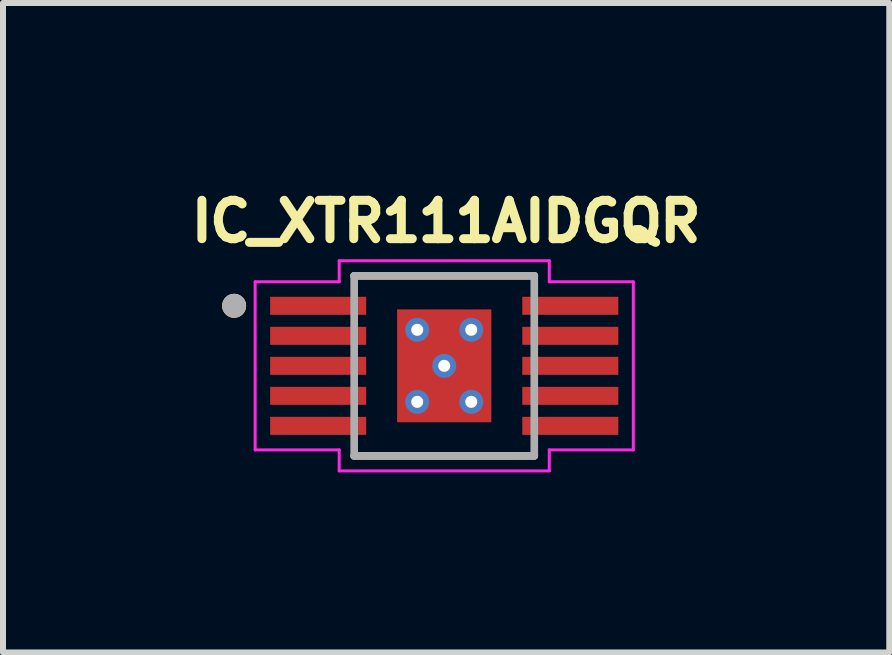
<source format=kicad_pcb>
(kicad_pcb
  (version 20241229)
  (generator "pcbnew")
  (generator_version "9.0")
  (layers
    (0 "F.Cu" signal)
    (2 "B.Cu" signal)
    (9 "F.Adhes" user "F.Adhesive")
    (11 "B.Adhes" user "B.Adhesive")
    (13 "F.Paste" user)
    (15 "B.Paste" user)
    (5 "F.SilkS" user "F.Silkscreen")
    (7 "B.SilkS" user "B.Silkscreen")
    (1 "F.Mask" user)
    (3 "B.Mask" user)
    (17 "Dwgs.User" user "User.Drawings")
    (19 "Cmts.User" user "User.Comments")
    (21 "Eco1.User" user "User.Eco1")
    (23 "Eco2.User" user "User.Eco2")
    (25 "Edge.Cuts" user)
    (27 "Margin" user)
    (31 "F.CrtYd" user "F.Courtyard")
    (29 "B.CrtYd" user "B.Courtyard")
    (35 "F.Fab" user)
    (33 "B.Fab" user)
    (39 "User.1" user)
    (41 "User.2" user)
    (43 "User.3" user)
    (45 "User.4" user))
  (footprint "IC_XTR111AIDGQR"
    (layer "F.Cu")
    (at 4.35 3.044)
    (property "Reference" "IC_XTR111AIDGQR" (at 0.032 -2.406 0) (layer "F.SilkS") (effects (font (size 0.64 0.64) (thickness 0.15))))
    (attr through_hole)
    (fp_poly (pts (xy -2.95 -1.2) (xy -1.25 -1.2) (xy -1.25 -0.8) (xy -2.95 -0.8)) (stroke (width 0.01) (type solid)) (fill yes) (layer "F.Mask"))
    (fp_poly (pts (xy -2.95 -0.7) (xy -1.25 -0.7) (xy -1.25 -0.3) (xy -2.95 -0.3)) (stroke (width 0.01) (type solid)) (fill yes) (layer "F.Mask"))
    (fp_poly (pts (xy -2.95 -0.2) (xy -1.25 -0.2) (xy -1.25 0.2) (xy -2.95 0.2)) (stroke (width 0.01) (type solid)) (fill yes) (layer "F.Mask"))
    (fp_poly (pts (xy -2.95 0.3) (xy -1.25 0.3) (xy -1.25 0.7) (xy -2.95 0.7)) (stroke (width 0.01) (type solid)) (fill yes) (layer "F.Mask"))
    (fp_poly (pts (xy -2.95 0.8) (xy -1.25 0.8) (xy -1.25 1.2) (xy -2.95 1.2)) (stroke (width 0.01) (type solid)) (fill yes) (layer "F.Mask"))
    (fp_poly (pts (xy 1.25 -1.2) (xy 2.95 -1.2) (xy 2.95 -0.8) (xy 1.25 -0.8)) (stroke (width 0.01) (type solid)) (fill yes) (layer "F.Mask"))
    (fp_poly (pts (xy 1.25 -0.7) (xy 2.95 -0.7) (xy 2.95 -0.3) (xy 1.25 -0.3)) (stroke (width 0.01) (type solid)) (fill yes) (layer "F.Mask"))
    (fp_poly (pts (xy 1.25 -0.2) (xy 2.95 -0.2) (xy 2.95 0.2) (xy 1.25 0.2)) (stroke (width 0.01) (type solid)) (fill yes) (layer "F.Mask"))
    (fp_poly (pts (xy 1.25 0.3) (xy 2.95 0.3) (xy 2.95 0.7) (xy 1.25 0.7)) (stroke (width 0.01) (type solid)) (fill yes) (layer "F.Mask"))
    (fp_poly (pts (xy 1.25 0.8) (xy 2.95 0.8) (xy 2.95 1.2) (xy 1.25 1.2)) (stroke (width 0.01) (type solid)) (fill yes) (layer "F.Mask"))
    (fp_line (start -1.5 1.5) (end 1.5 1.5) (stroke (width 0.127) (type solid)) (layer "F.SilkS"))
    (fp_line (start 1.5 -1.5) (end -1.5 -1.5) (stroke (width 0.127) (type solid)) (layer "F.SilkS"))
    (fp_circle (center -3.5 -1) (end -3.4 -1) (stroke (width 0.2) (type solid)) (fill no) (layer "F.SilkS"))
    (fp_poly (pts (xy -2.875 -1.125) (xy -1.325 -1.125) (xy -1.325 -0.875) (xy -2.875 -0.875)) (stroke (width 0.01) (type solid)) (fill yes) (layer "F.Paste"))
    (fp_poly (pts (xy -2.875 -0.625) (xy -1.325 -0.625) (xy -1.325 -0.375) (xy -2.875 -0.375)) (stroke (width 0.01) (type solid)) (fill yes) (layer "F.Paste"))
    (fp_poly (pts (xy -2.875 -0.125) (xy -1.325 -0.125) (xy -1.325 0.125) (xy -2.875 0.125)) (stroke (width 0.01) (type solid)) (fill yes) (layer "F.Paste"))
    (fp_poly (pts (xy -2.875 0.375) (xy -1.325 0.375) (xy -1.325 0.625) (xy -2.875 0.625)) (stroke (width 0.01) (type solid)) (fill yes) (layer "F.Paste"))
    (fp_poly (pts (xy -2.875 0.875) (xy -1.325 0.875) (xy -1.325 1.125) (xy -2.875 1.125)) (stroke (width 0.01) (type solid)) (fill yes) (layer "F.Paste"))
    (fp_poly (pts (xy 1.325 -1.125) (xy 2.875 -1.125) (xy 2.875 -0.875) (xy 1.325 -0.875)) (stroke (width 0.01) (type solid)) (fill yes) (layer "F.Paste"))
    (fp_poly (pts (xy 1.325 -0.625) (xy 2.875 -0.625) (xy 2.875 -0.375) (xy 1.325 -0.375)) (stroke (width 0.01) (type solid)) (fill yes) (layer "F.Paste"))
    (fp_poly (pts (xy 1.325 -0.125) (xy 2.875 -0.125) (xy 2.875 0.125) (xy 1.325 0.125)) (stroke (width 0.01) (type solid)) (fill yes) (layer "F.Paste"))
    (fp_poly (pts (xy 1.325 0.375) (xy 2.875 0.375) (xy 2.875 0.625) (xy 1.325 0.625)) (stroke (width 0.01) (type solid)) (fill yes) (layer "F.Paste"))
    (fp_poly (pts (xy 1.325 0.875) (xy 2.875 0.875) (xy 2.875 1.125) (xy 1.325 1.125)) (stroke (width 0.01) (type solid)) (fill yes) (layer "F.Paste"))
    (fp_line (start -3.15 -1.4) (end -3.15 1.4) (stroke (width 0.05) (type solid)) (layer "F.CrtYd"))
    (fp_line (start -3.15 1.4) (end -1.75 1.4) (stroke (width 0.05) (type solid)) (layer "F.CrtYd"))
    (fp_line (start -1.75 -1.75) (end -1.75 -1.4) (stroke (width 0.05) (type solid)) (layer "F.CrtYd"))
    (fp_line (start -1.75 -1.4) (end -3.15 -1.4) (stroke (width 0.05) (type solid)) (layer "F.CrtYd"))
    (fp_line (start -1.75 1.4) (end -1.75 1.75) (stroke (width 0.05) (type solid)) (layer "F.CrtYd"))
    (fp_line (start -1.75 1.75) (end 1.75 1.75) (stroke (width 0.05) (type solid)) (layer "F.CrtYd"))
    (fp_line (start 1.75 -1.75) (end -1.75 -1.75) (stroke (width 0.05) (type solid)) (layer "F.CrtYd"))
    (fp_line (start 1.75 -1.4) (end 1.75 -1.75) (stroke (width 0.05) (type solid)) (layer "F.CrtYd"))
    (fp_line (start 1.75 1.4) (end 3.15 1.4) (stroke (width 0.05) (type solid)) (layer "F.CrtYd"))
    (fp_line (start 1.75 1.75) (end 1.75 1.4) (stroke (width 0.05) (type solid)) (layer "F.CrtYd"))
    (fp_line (start 3.15 -1.4) (end 1.75 -1.4) (stroke (width 0.05) (type solid)) (layer "F.CrtYd"))
    (fp_line (start 3.15 1.4) (end 3.15 -1.4) (stroke (width 0.05) (type solid)) (layer "F.CrtYd"))
    (fp_line (start -1.5 -1.5) (end -1.5 1.5) (stroke (width 0.127) (type solid)) (layer "F.Fab"))
    (fp_line (start -1.5 1.5) (end 1.5 1.5) (stroke (width 0.127) (type solid)) (layer "F.Fab"))
    (fp_line (start 1.5 -1.5) (end -1.5 -1.5) (stroke (width 0.127) (type solid)) (layer "F.Fab"))
    (fp_line (start 1.5 1.5) (end 1.5 -1.5) (stroke (width 0.127) (type solid)) (layer "F.Fab"))
    (fp_circle (center -3.5 -1) (end -3.4 -1) (stroke (width 0.2) (type solid)) (fill no) (layer "F.Fab"))
    (pad "1" smd rect (at -2.1 -1) (size 1.6 0.3) (layers "F.Cu"))
    (pad "2" smd rect (at -2.1 -0.5) (size 1.6 0.3) (layers "F.Cu"))
    (pad "3" smd rect (at -2.1 0) (size 1.6 0.3) (layers "F.Cu"))
    (pad "4" smd rect (at -2.1 0.5) (size 1.6 0.3) (layers "F.Cu"))
    (pad "5" smd rect (at -2.1 1) (size 1.6 0.3) (layers "F.Cu"))
    (pad "6" smd rect (at 2.1 1) (size 1.6 0.3) (layers "F.Cu"))
    (pad "7" smd rect (at 2.1 0.5) (size 1.6 0.3) (layers "F.Cu"))
    (pad "8" smd rect (at 2.1 0) (size 1.6 0.3) (layers "F.Cu"))
    (pad "9" smd rect (at 2.1 -0.5) (size 1.6 0.3) (layers "F.Cu"))
    (pad "10" smd rect (at 2.1 -1) (size 1.6 0.3) (layers "F.Cu"))
    (pad "11" smd rect (at 0 0) (size 1.57 1.88) (layers "F.Cu" "F.Mask" "F.Paste"))
    (pad "12" thru_hole circle (at -0.45 -0.6) (size 0.4 0.4) (drill 0.2) (layers "*.Cu"))
    (pad "13" thru_hole circle (at 0.45 -0.6) (size 0.4 0.4) (drill 0.2) (layers "*.Cu"))
    (pad "14" thru_hole circle (at 0 0) (size 0.4 0.4) (drill 0.2) (layers "*.Cu"))
    (pad "15" thru_hole circle (at -0.45 0.6) (size 0.4 0.4) (drill 0.2) (layers "*.Cu"))
    (pad "16" thru_hole circle (at 0.45 0.6) (size 0.4 0.4) (drill 0.2) (layers "*.Cu")))
  (gr_rect
    (start -3 -3)
    (end 11.764 7.819)
    (stroke (width 0.1) (type default))
    (fill no)
    (layer "Edge.Cuts")))
</source>
